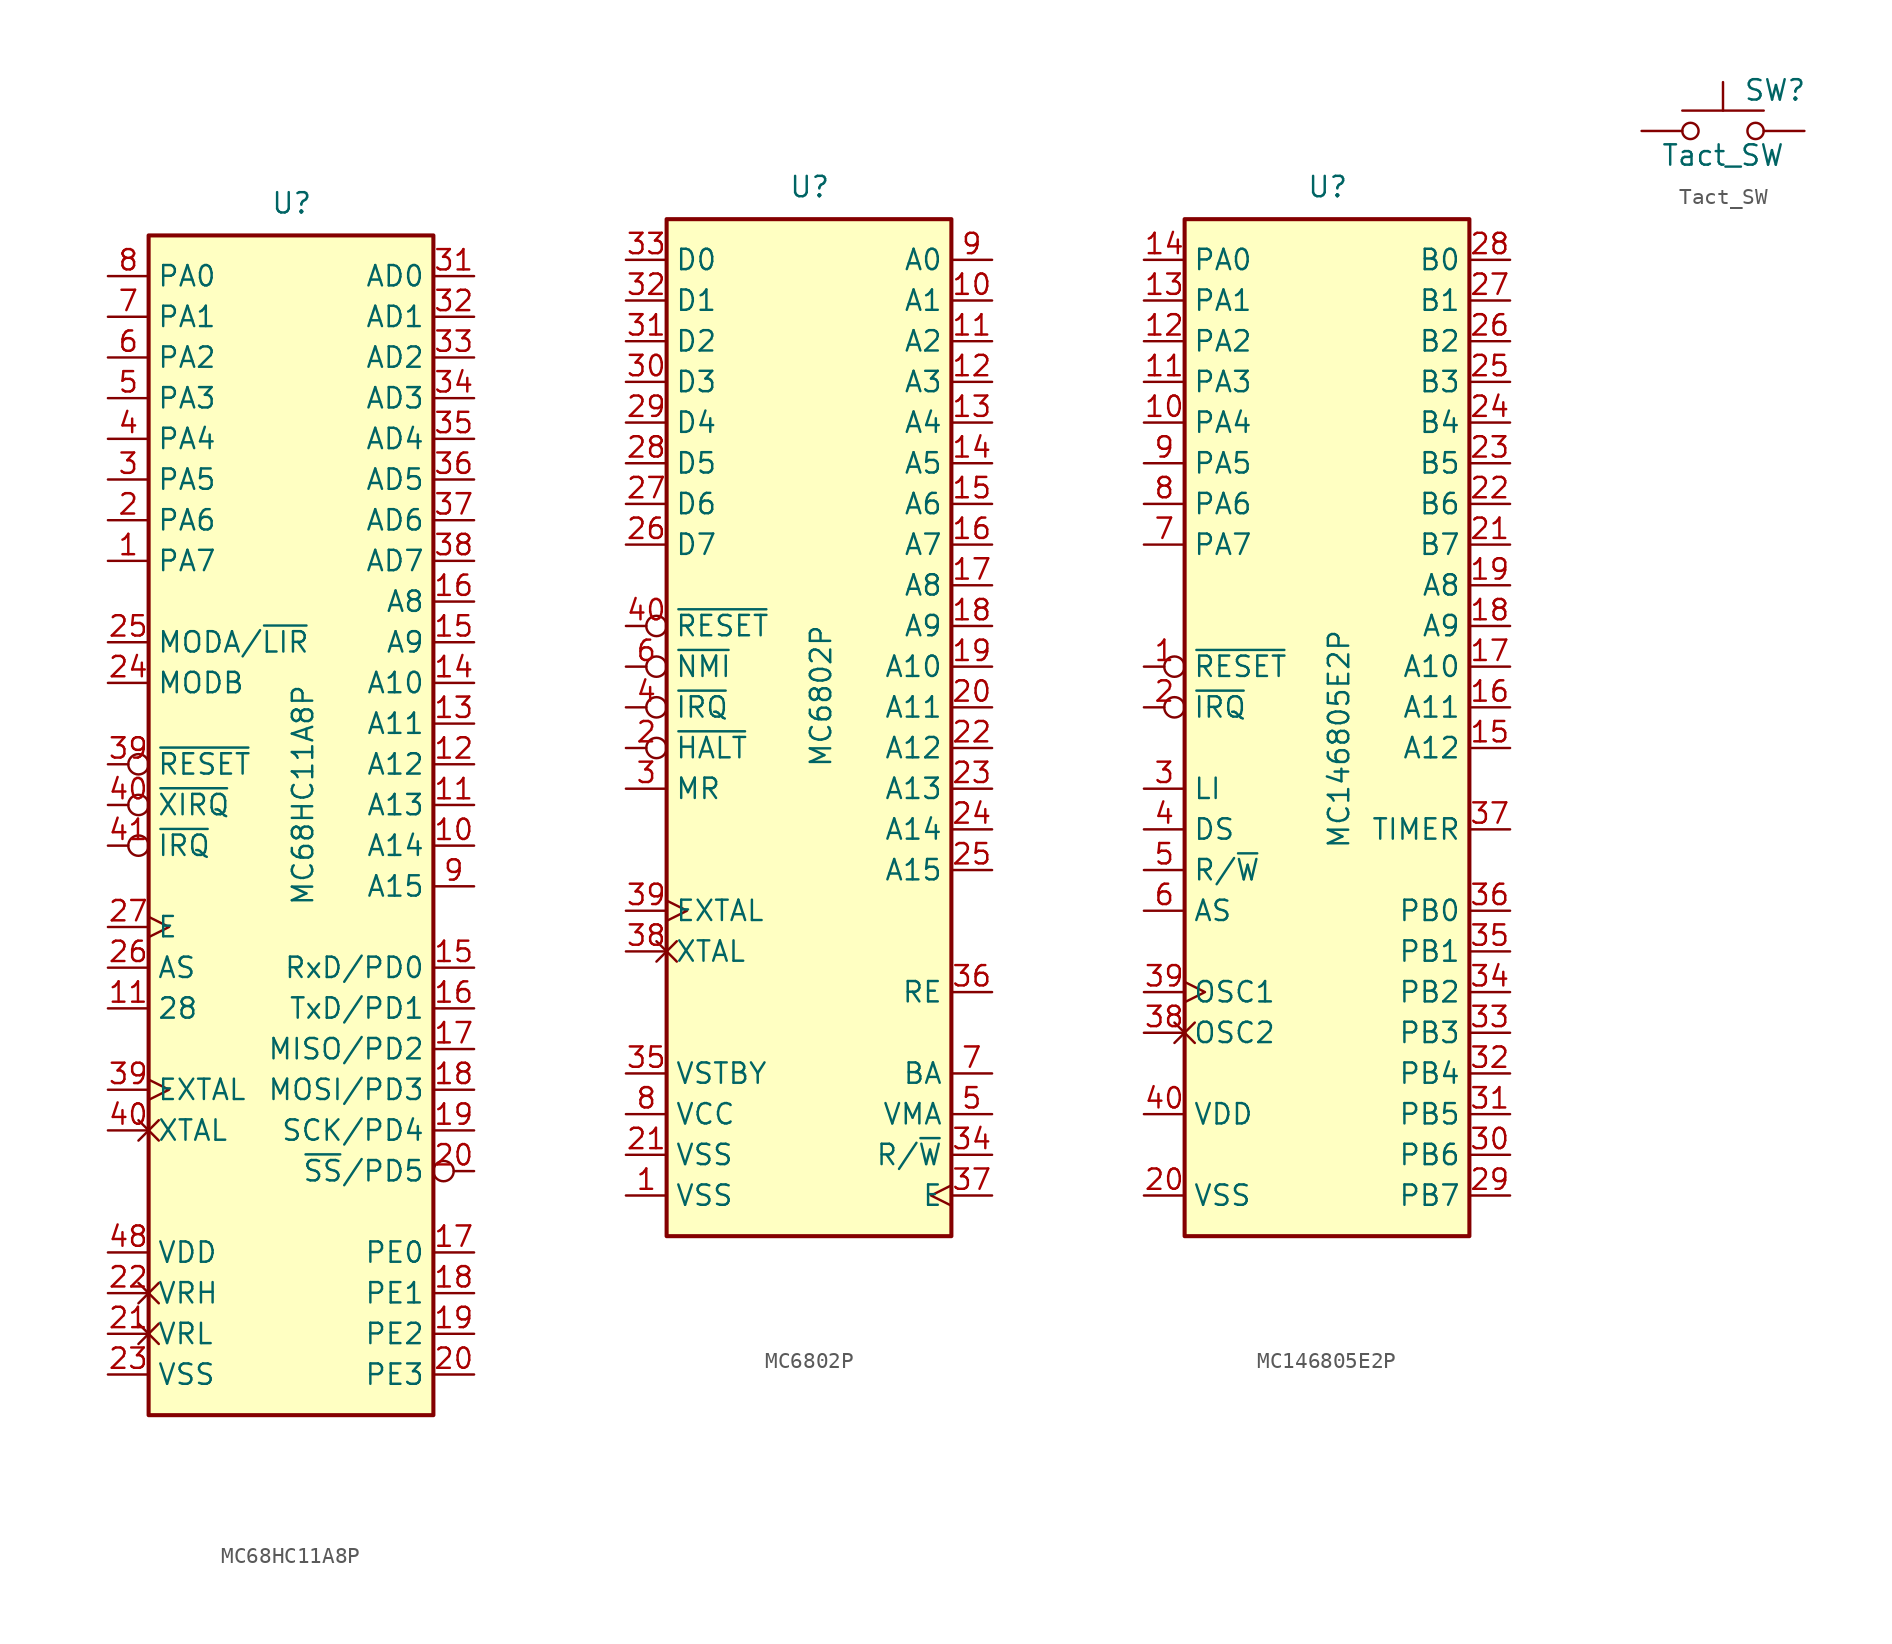
<source format=kicad_sym>
(kicad_symbol_lib
  (version 20211014)
  (generator kicad_symbol_editor)
  (symbol "MC68HC11A8P"
    (property "Reference" "U"
      (at -1.27 31.75 0)
      (effects (font (size 1.27 1.27)) (justify left bottom)))
    (property "Value" "MC68HC11A8P"
      (at 0 -11.43 90)
      (effects (font (size 1.27 1.27)) (justify left top)))
    (symbol "MC68HC11A8P_0_1"
      (rectangle (start -8.89 -43.18) (end 8.89 30.48) (stroke (width 0.254) (type default) (color 0 0 0 0)) (fill (type background))))
    (symbol "MC68HC11A8P_1_1"
      (pin bidirectional line (at -11.43 10.16 0) (length 2.54) (name "PA7" (effects (font (size 1.27 1.27)))) (number "1" (effects (font (size 1.27 1.27)))))
      (pin output line (at 11.43 -7.62 180) (length 2.54) (name "A14" (effects (font (size 1.27 1.27)))) (number "10" (effects (font (size 1.27 1.27)))))
      (pin output line (at -11.43 -17.78 0) (length 2.54) (name "28" (effects (font (size 1.27 1.27)))) (number "11" (effects (font (size 1.27 1.27)))))
      (pin output line (at 11.43 -5.08 180) (length 2.54) (name "A13" (effects (font (size 1.27 1.27)))) (number "11" (effects (font (size 1.27 1.27)))))
      (pin output line (at 11.43 -2.54 180) (length 2.54) (name "A12" (effects (font (size 1.27 1.27)))) (number "12" (effects (font (size 1.27 1.27)))))
      (pin output line (at 11.43 0 180) (length 2.54) (name "A11" (effects (font (size 1.27 1.27)))) (number "13" (effects (font (size 1.27 1.27)))))
      (pin output line (at 11.43 2.54 180) (length 2.54) (name "A10" (effects (font (size 1.27 1.27)))) (number "14" (effects (font (size 1.27 1.27)))))
      (pin output line (at 11.43 5.08 180) (length 2.54) (name "A9" (effects (font (size 1.27 1.27)))) (number "15" (effects (font (size 1.27 1.27)))))
      (pin input line (at 11.43 -15.24 180) (length 2.54) (name "RxD/PD0" (effects (font (size 1.27 1.27)))) (number "15" (effects (font (size 1.27 1.27)))))
      (pin output line (at 11.43 7.62 180) (length 2.54) (name "A8" (effects (font (size 1.27 1.27)))) (number "16" (effects (font (size 1.27 1.27)))))
      (pin output line (at 11.43 -17.78 180) (length 2.54) (name "TxD/PD1" (effects (font (size 1.27 1.27)))) (number "16" (effects (font (size 1.27 1.27)))))
      (pin input line (at 11.43 -20.32 180) (length 2.54) (name "MISO/PD2" (effects (font (size 1.27 1.27)))) (number "17" (effects (font (size 1.27 1.27)))))
      (pin bidirectional line (at 11.43 -33.02 180) (length 2.54) (name "PE0" (effects (font (size 1.27 1.27)))) (number "17" (effects (font (size 1.27 1.27)))))
      (pin output line (at 11.43 -22.86 180) (length 2.54) (name "MOSI/PD3" (effects (font (size 1.27 1.27)))) (number "18" (effects (font (size 1.27 1.27)))))
      (pin bidirectional line (at 11.43 -35.56 180) (length 2.54) (name "PE1" (effects (font (size 1.27 1.27)))) (number "18" (effects (font (size 1.27 1.27)))))
      (pin bidirectional line (at 11.43 -38.1 180) (length 2.54) (name "PE2" (effects (font (size 1.27 1.27)))) (number "19" (effects (font (size 1.27 1.27)))))
      (pin output line (at 11.43 -25.4 180) (length 2.54) (name "SCK/PD4" (effects (font (size 1.27 1.27)))) (number "19" (effects (font (size 1.27 1.27)))))
      (pin bidirectional line (at -11.43 12.7 0) (length 2.54) (name "PA6" (effects (font (size 1.27 1.27)))) (number "2" (effects (font (size 1.27 1.27)))))
      (pin bidirectional line (at 11.43 -40.64 180) (length 2.54) (name "PE3" (effects (font (size 1.27 1.27)))) (number "20" (effects (font (size 1.27 1.27)))))
      (pin output inverted (at 11.43 -27.94 180) (length 2.54) (name "~{SS}/PD5" (effects (font (size 1.27 1.27)))) (number "20" (effects (font (size 1.27 1.27)))))
      (pin passive non_logic (at -11.43 -38.1 0) (length 2.54) (name "VRL" (effects (font (size 1.27 1.27)))) (number "21" (effects (font (size 1.27 1.27)))))
      (pin passive non_logic (at -11.43 -35.56 0) (length 2.54) (name "VRH" (effects (font (size 1.27 1.27)))) (number "22" (effects (font (size 1.27 1.27)))))
      (pin power_in line (at -11.43 -40.64 0) (length 2.54) (name "VSS" (effects (font (size 1.27 1.27)))) (number "23" (effects (font (size 1.27 1.27)))))
      (pin input line (at -11.43 2.54 0) (length 2.54) (name "MODB" (effects (font (size 1.27 1.27)))) (number "24" (effects (font (size 1.27 1.27)))))
      (pin bidirectional line (at -11.43 5.08 0) (length 2.54) (name "MODA/~{LIR}" (effects (font (size 1.27 1.27)))) (number "25" (effects (font (size 1.27 1.27)))))
      (pin output line (at -11.43 -15.24 0) (length 2.54) (name "AS" (effects (font (size 1.27 1.27)))) (number "26" (effects (font (size 1.27 1.27)))))
      (pin output clock (at -11.43 -12.7 0) (length 2.54) (name "E" (effects (font (size 1.27 1.27)))) (number "27" (effects (font (size 1.27 1.27)))))
      (pin bidirectional line (at -11.43 15.24 0) (length 2.54) (name "PA5" (effects (font (size 1.27 1.27)))) (number "3" (effects (font (size 1.27 1.27)))))
      (pin bidirectional line (at 11.43 27.94 180) (length 2.54) (name "AD0" (effects (font (size 1.27 1.27)))) (number "31" (effects (font (size 1.27 1.27)))))
      (pin bidirectional line (at 11.43 25.4 180) (length 2.54) (name "AD1" (effects (font (size 1.27 1.27)))) (number "32" (effects (font (size 1.27 1.27)))))
      (pin bidirectional line (at 11.43 22.86 180) (length 2.54) (name "AD2" (effects (font (size 1.27 1.27)))) (number "33" (effects (font (size 1.27 1.27)))))
      (pin bidirectional line (at 11.43 20.32 180) (length 2.54) (name "AD3" (effects (font (size 1.27 1.27)))) (number "34" (effects (font (size 1.27 1.27)))))
      (pin bidirectional line (at 11.43 17.78 180) (length 2.54) (name "AD4" (effects (font (size 1.27 1.27)))) (number "35" (effects (font (size 1.27 1.27)))))
      (pin bidirectional line (at 11.43 15.24 180) (length 2.54) (name "AD5" (effects (font (size 1.27 1.27)))) (number "36" (effects (font (size 1.27 1.27)))))
      (pin bidirectional line (at 11.43 12.7 180) (length 2.54) (name "AD6" (effects (font (size 1.27 1.27)))) (number "37" (effects (font (size 1.27 1.27)))))
      (pin bidirectional line (at 11.43 10.16 180) (length 2.54) (name "AD7" (effects (font (size 1.27 1.27)))) (number "38" (effects (font (size 1.27 1.27)))))
      (pin input clock (at -11.43 -22.86 0) (length 2.54) (name "EXTAL" (effects (font (size 1.27 1.27)))) (number "39" (effects (font (size 1.27 1.27)))))
      (pin bidirectional inverted (at -11.43 -2.54 0) (length 2.54) (name "~{RESET}" (effects (font (size 1.27 1.27)))) (number "39" (effects (font (size 1.27 1.27)))))
      (pin bidirectional line (at -11.43 17.78 0) (length 2.54) (name "PA4" (effects (font (size 1.27 1.27)))) (number "4" (effects (font (size 1.27 1.27)))))
      (pin output non_logic (at -11.43 -25.4 0) (length 2.54) (name "XTAL" (effects (font (size 1.27 1.27)))) (number "40" (effects (font (size 1.27 1.27)))))
      (pin input inverted (at -11.43 -5.08 0) (length 2.54) (name "~{XIRQ}" (effects (font (size 1.27 1.27)))) (number "40" (effects (font (size 1.27 1.27)))))
      (pin input inverted (at -11.43 -7.62 0) (length 2.54) (name "~{IRQ}" (effects (font (size 1.27 1.27)))) (number "41" (effects (font (size 1.27 1.27)))))
      (pin power_in line (at -11.43 -33.02 0) (length 2.54) (name "VDD" (effects (font (size 1.27 1.27)))) (number "48" (effects (font (size 1.27 1.27)))))
      (pin bidirectional line (at -11.43 20.32 0) (length 2.54) (name "PA3" (effects (font (size 1.27 1.27)))) (number "5" (effects (font (size 1.27 1.27)))))
      (pin bidirectional line (at -11.43 22.86 0) (length 2.54) (name "PA2" (effects (font (size 1.27 1.27)))) (number "6" (effects (font (size 1.27 1.27)))))
      (pin bidirectional line (at -11.43 25.4 0) (length 2.54) (name "PA1" (effects (font (size 1.27 1.27)))) (number "7" (effects (font (size 1.27 1.27)))))
      (pin bidirectional line (at -11.43 27.94 0) (length 2.54) (name "PA0" (effects (font (size 1.27 1.27)))) (number "8" (effects (font (size 1.27 1.27)))))
      (pin output line (at 11.43 -10.16 180) (length 2.54) (name "A15" (effects (font (size 1.27 1.27)))) (number "9" (effects (font (size 1.27 1.27)))))))
  (symbol "MC6802P"
    (property "Reference" "U"
      (at -1.27 31.75 0)
      (effects (font (size 1.27 1.27)) (justify left bottom)))
    (property "Value" "MC6802P"
      (at 0 -3.81 90)
      (effects (font (size 1.27 1.27)) (justify left top)))
    (symbol "MC6802P_0_1"
      (rectangle (start -8.89 -33.02) (end 8.89 30.48) (stroke (width 0.254) (type default) (color 0 0 0 0)) (fill (type background))))
    (symbol "MC6802P_1_1"
      (pin power_in line (at -11.43 -30.48 0) (length 2.54) (name "VSS" (effects (font (size 1.27 1.27)))) (number "1" (effects (font (size 1.27 1.27)))))
      (pin output line (at 11.43 25.4 180) (length 2.54) (name "A1" (effects (font (size 1.27 1.27)))) (number "10" (effects (font (size 1.27 1.27)))))
      (pin output line (at 11.43 22.86 180) (length 2.54) (name "A2" (effects (font (size 1.27 1.27)))) (number "11" (effects (font (size 1.27 1.27)))))
      (pin output line (at 11.43 20.32 180) (length 2.54) (name "A3" (effects (font (size 1.27 1.27)))) (number "12" (effects (font (size 1.27 1.27)))))
      (pin output line (at 11.43 17.78 180) (length 2.54) (name "A4" (effects (font (size 1.27 1.27)))) (number "13" (effects (font (size 1.27 1.27)))))
      (pin output line (at 11.43 15.24 180) (length 2.54) (name "A5" (effects (font (size 1.27 1.27)))) (number "14" (effects (font (size 1.27 1.27)))))
      (pin output line (at 11.43 12.7 180) (length 2.54) (name "A6" (effects (font (size 1.27 1.27)))) (number "15" (effects (font (size 1.27 1.27)))))
      (pin output line (at 11.43 10.16 180) (length 2.54) (name "A7" (effects (font (size 1.27 1.27)))) (number "16" (effects (font (size 1.27 1.27)))))
      (pin output line (at 11.43 7.62 180) (length 2.54) (name "A8" (effects (font (size 1.27 1.27)))) (number "17" (effects (font (size 1.27 1.27)))))
      (pin output line (at 11.43 5.08 180) (length 2.54) (name "A9" (effects (font (size 1.27 1.27)))) (number "18" (effects (font (size 1.27 1.27)))))
      (pin output line (at 11.43 2.54 180) (length 2.54) (name "A10" (effects (font (size 1.27 1.27)))) (number "19" (effects (font (size 1.27 1.27)))))
      (pin input inverted (at -11.43 -2.54 0) (length 2.54) (name "~{HALT}" (effects (font (size 1.27 1.27)))) (number "2" (effects (font (size 1.27 1.27)))))
      (pin output line (at 11.43 0 180) (length 2.54) (name "A11" (effects (font (size 1.27 1.27)))) (number "20" (effects (font (size 1.27 1.27)))))
      (pin power_in line (at -11.43 -27.94 0) (length 2.54) (name "VSS" (effects (font (size 1.27 1.27)))) (number "21" (effects (font (size 1.27 1.27)))))
      (pin output line (at 11.43 -2.54 180) (length 2.54) (name "A12" (effects (font (size 1.27 1.27)))) (number "22" (effects (font (size 1.27 1.27)))))
      (pin output line (at 11.43 -5.08 180) (length 2.54) (name "A13" (effects (font (size 1.27 1.27)))) (number "23" (effects (font (size 1.27 1.27)))))
      (pin output line (at 11.43 -7.62 180) (length 2.54) (name "A14" (effects (font (size 1.27 1.27)))) (number "24" (effects (font (size 1.27 1.27)))))
      (pin output line (at 11.43 -10.16 180) (length 2.54) (name "A15" (effects (font (size 1.27 1.27)))) (number "25" (effects (font (size 1.27 1.27)))))
      (pin bidirectional line (at -11.43 10.16 0) (length 2.54) (name "D7" (effects (font (size 1.27 1.27)))) (number "26" (effects (font (size 1.27 1.27)))))
      (pin bidirectional line (at -11.43 12.7 0) (length 2.54) (name "D6" (effects (font (size 1.27 1.27)))) (number "27" (effects (font (size 1.27 1.27)))))
      (pin bidirectional line (at -11.43 15.24 0) (length 2.54) (name "D5" (effects (font (size 1.27 1.27)))) (number "28" (effects (font (size 1.27 1.27)))))
      (pin bidirectional line (at -11.43 17.78 0) (length 2.54) (name "D4" (effects (font (size 1.27 1.27)))) (number "29" (effects (font (size 1.27 1.27)))))
      (pin input line (at -11.43 -5.08 0) (length 2.54) (name "MR" (effects (font (size 1.27 1.27)))) (number "3" (effects (font (size 1.27 1.27)))))
      (pin bidirectional line (at -11.43 20.32 0) (length 2.54) (name "D3" (effects (font (size 1.27 1.27)))) (number "30" (effects (font (size 1.27 1.27)))))
      (pin bidirectional line (at -11.43 22.86 0) (length 2.54) (name "D2" (effects (font (size 1.27 1.27)))) (number "31" (effects (font (size 1.27 1.27)))))
      (pin bidirectional line (at -11.43 25.4 0) (length 2.54) (name "D1" (effects (font (size 1.27 1.27)))) (number "32" (effects (font (size 1.27 1.27)))))
      (pin bidirectional line (at -11.43 27.94 0) (length 2.54) (name "D0" (effects (font (size 1.27 1.27)))) (number "33" (effects (font (size 1.27 1.27)))))
      (pin output line (at 11.43 -27.94 180) (length 2.54) (name "R/~{W}" (effects (font (size 1.27 1.27)))) (number "34" (effects (font (size 1.27 1.27)))))
      (pin power_in line (at -11.43 -22.86 0) (length 2.54) (name "VSTBY" (effects (font (size 1.27 1.27)))) (number "35" (effects (font (size 1.27 1.27)))))
      (pin input line (at 11.43 -17.78 180) (length 2.54) (name "RE" (effects (font (size 1.27 1.27)))) (number "36" (effects (font (size 1.27 1.27)))))
      (pin output clock (at 11.43 -30.48 180) (length 2.54) (name "E" (effects (font (size 1.27 1.27)))) (number "37" (effects (font (size 1.27 1.27)))))
      (pin passive non_logic (at -11.43 -15.24 0) (length 2.54) (name "XTAL" (effects (font (size 1.27 1.27)))) (number "38" (effects (font (size 1.27 1.27)))))
      (pin input clock (at -11.43 -12.7 0) (length 2.54) (name "EXTAL" (effects (font (size 1.27 1.27)))) (number "39" (effects (font (size 1.27 1.27)))))
      (pin input inverted (at -11.43 0 0) (length 2.54) (name "~{IRQ}" (effects (font (size 1.27 1.27)))) (number "4" (effects (font (size 1.27 1.27)))))
      (pin input inverted (at -11.43 5.08 0) (length 2.54) (name "~{RESET}" (effects (font (size 1.27 1.27)))) (number "40" (effects (font (size 1.27 1.27)))))
      (pin output line (at 11.43 -25.4 180) (length 2.54) (name "VMA" (effects (font (size 1.27 1.27)))) (number "5" (effects (font (size 1.27 1.27)))))
      (pin input inverted (at -11.43 2.54 0) (length 2.54) (name "~{NMI}" (effects (font (size 1.27 1.27)))) (number "6" (effects (font (size 1.27 1.27)))))
      (pin output line (at 11.43 -22.86 180) (length 2.54) (name "BA" (effects (font (size 1.27 1.27)))) (number "7" (effects (font (size 1.27 1.27)))))
      (pin power_in line (at -11.43 -25.4 0) (length 2.54) (name "VCC" (effects (font (size 1.27 1.27)))) (number "8" (effects (font (size 1.27 1.27)))))
      (pin output line (at 11.43 27.94 180) (length 2.54) (name "A0" (effects (font (size 1.27 1.27)))) (number "9" (effects (font (size 1.27 1.27)))))))
  (symbol "MC146805E2P"
    (property "Reference" "U"
      (at -1.27 31.75 0)
      (effects (font (size 1.27 1.27)) (justify left bottom)))
    (property "Value" "MC146805E2P"
      (at 0 -8.89 90)
      (effects (font (size 1.27 1.27)) (justify left top)))
    (symbol "MC146805E2P_0_1"
      (rectangle (start -8.89 -33.02) (end 8.89 30.48) (stroke (width 0.254) (type default) (color 0 0 0 0)) (fill (type background))))
    (symbol "MC146805E2P_1_1"
      (pin input inverted (at -11.43 2.54 0) (length 2.54) (name "~{RESET}" (effects (font (size 1.27 1.27)))) (number "1" (effects (font (size 1.27 1.27)))))
      (pin bidirectional line (at -11.43 17.78 0) (length 2.54) (name "PA4" (effects (font (size 1.27 1.27)))) (number "10" (effects (font (size 1.27 1.27)))))
      (pin bidirectional line (at -11.43 20.32 0) (length 2.54) (name "PA3" (effects (font (size 1.27 1.27)))) (number "11" (effects (font (size 1.27 1.27)))))
      (pin bidirectional line (at -11.43 22.86 0) (length 2.54) (name "PA2" (effects (font (size 1.27 1.27)))) (number "12" (effects (font (size 1.27 1.27)))))
      (pin bidirectional line (at -11.43 25.4 0) (length 2.54) (name "PA1" (effects (font (size 1.27 1.27)))) (number "13" (effects (font (size 1.27 1.27)))))
      (pin bidirectional line (at -11.43 27.94 0) (length 2.54) (name "PA0" (effects (font (size 1.27 1.27)))) (number "14" (effects (font (size 1.27 1.27)))))
      (pin output line (at 11.43 -2.54 180) (length 2.54) (name "A12" (effects (font (size 1.27 1.27)))) (number "15" (effects (font (size 1.27 1.27)))))
      (pin output line (at 11.43 0 180) (length 2.54) (name "A11" (effects (font (size 1.27 1.27)))) (number "16" (effects (font (size 1.27 1.27)))))
      (pin output line (at 11.43 2.54 180) (length 2.54) (name "A10" (effects (font (size 1.27 1.27)))) (number "17" (effects (font (size 1.27 1.27)))))
      (pin output line (at 11.43 5.08 180) (length 2.54) (name "A9" (effects (font (size 1.27 1.27)))) (number "18" (effects (font (size 1.27 1.27)))))
      (pin output line (at 11.43 7.62 180) (length 2.54) (name "A8" (effects (font (size 1.27 1.27)))) (number "19" (effects (font (size 1.27 1.27)))))
      (pin input inverted (at -11.43 0 0) (length 2.54) (name "~{IRQ}" (effects (font (size 1.27 1.27)))) (number "2" (effects (font (size 1.27 1.27)))))
      (pin power_in line (at -11.43 -30.48 0) (length 2.54) (name "VSS" (effects (font (size 1.27 1.27)))) (number "20" (effects (font (size 1.27 1.27)))))
      (pin bidirectional line (at 11.43 10.16 180) (length 2.54) (name "B7" (effects (font (size 1.27 1.27)))) (number "21" (effects (font (size 1.27 1.27)))))
      (pin bidirectional line (at 11.43 12.7 180) (length 2.54) (name "B6" (effects (font (size 1.27 1.27)))) (number "22" (effects (font (size 1.27 1.27)))))
      (pin bidirectional line (at 11.43 15.24 180) (length 2.54) (name "B5" (effects (font (size 1.27 1.27)))) (number "23" (effects (font (size 1.27 1.27)))))
      (pin bidirectional line (at 11.43 17.78 180) (length 2.54) (name "B4" (effects (font (size 1.27 1.27)))) (number "24" (effects (font (size 1.27 1.27)))))
      (pin bidirectional line (at 11.43 20.32 180) (length 2.54) (name "B3" (effects (font (size 1.27 1.27)))) (number "25" (effects (font (size 1.27 1.27)))))
      (pin bidirectional line (at 11.43 22.86 180) (length 2.54) (name "B2" (effects (font (size 1.27 1.27)))) (number "26" (effects (font (size 1.27 1.27)))))
      (pin bidirectional line (at 11.43 25.4 180) (length 2.54) (name "B1" (effects (font (size 1.27 1.27)))) (number "27" (effects (font (size 1.27 1.27)))))
      (pin bidirectional line (at 11.43 27.94 180) (length 2.54) (name "B0" (effects (font (size 1.27 1.27)))) (number "28" (effects (font (size 1.27 1.27)))))
      (pin bidirectional line (at 11.43 -30.48 180) (length 2.54) (name "PB7" (effects (font (size 1.27 1.27)))) (number "29" (effects (font (size 1.27 1.27)))))
      (pin output line (at -11.43 -5.08 0) (length 2.54) (name "LI" (effects (font (size 1.27 1.27)))) (number "3" (effects (font (size 1.27 1.27)))))
      (pin bidirectional line (at 11.43 -27.94 180) (length 2.54) (name "PB6" (effects (font (size 1.27 1.27)))) (number "30" (effects (font (size 1.27 1.27)))))
      (pin bidirectional line (at 11.43 -25.4 180) (length 2.54) (name "PB5" (effects (font (size 1.27 1.27)))) (number "31" (effects (font (size 1.27 1.27)))))
      (pin bidirectional line (at 11.43 -22.86 180) (length 2.54) (name "PB4" (effects (font (size 1.27 1.27)))) (number "32" (effects (font (size 1.27 1.27)))))
      (pin bidirectional line (at 11.43 -20.32 180) (length 2.54) (name "PB3" (effects (font (size 1.27 1.27)))) (number "33" (effects (font (size 1.27 1.27)))))
      (pin bidirectional line (at 11.43 -17.78 180) (length 2.54) (name "PB2" (effects (font (size 1.27 1.27)))) (number "34" (effects (font (size 1.27 1.27)))))
      (pin bidirectional line (at 11.43 -15.24 180) (length 2.54) (name "PB1" (effects (font (size 1.27 1.27)))) (number "35" (effects (font (size 1.27 1.27)))))
      (pin bidirectional line (at 11.43 -12.7 180) (length 2.54) (name "PB0" (effects (font (size 1.27 1.27)))) (number "36" (effects (font (size 1.27 1.27)))))
      (pin input line (at 11.43 -7.62 180) (length 2.54) (name "TIMER" (effects (font (size 1.27 1.27)))) (number "37" (effects (font (size 1.27 1.27)))))
      (pin output non_logic (at -11.43 -20.32 0) (length 2.54) (name "OSC2" (effects (font (size 1.27 1.27)))) (number "38" (effects (font (size 1.27 1.27)))))
      (pin input clock (at -11.43 -17.78 0) (length 2.54) (name "OSC1" (effects (font (size 1.27 1.27)))) (number "39" (effects (font (size 1.27 1.27)))))
      (pin output line (at -11.43 -7.62 0) (length 2.54) (name "DS" (effects (font (size 1.27 1.27)))) (number "4" (effects (font (size 1.27 1.27)))))
      (pin power_in line (at -11.43 -25.4 0) (length 2.54) (name "VDD" (effects (font (size 1.27 1.27)))) (number "40" (effects (font (size 1.27 1.27)))))
      (pin output line (at -11.43 -10.16 0) (length 2.54) (name "R/~{W}" (effects (font (size 1.27 1.27)))) (number "5" (effects (font (size 1.27 1.27)))))
      (pin output line (at -11.43 -12.7 0) (length 2.54) (name "AS" (effects (font (size 1.27 1.27)))) (number "6" (effects (font (size 1.27 1.27)))))
      (pin bidirectional line (at -11.43 10.16 0) (length 2.54) (name "PA7" (effects (font (size 1.27 1.27)))) (number "7" (effects (font (size 1.27 1.27)))))
      (pin bidirectional line (at -11.43 12.7 0) (length 2.54) (name "PA6" (effects (font (size 1.27 1.27)))) (number "8" (effects (font (size 1.27 1.27)))))
      (pin bidirectional line (at -11.43 15.24 0) (length 2.54) (name "PA5" (effects (font (size 1.27 1.27)))) (number "9" (effects (font (size 1.27 1.27)))))))
  (symbol "Tact_SW"
    (pin_numbers hide)
    (pin_names
      (offset 1.016) hide)
    (property "Reference" "SW"
      (at 1.27 2.54 0)
      (effects (font (size 1.27 1.27)) (justify left)))
    (property "Value" "Tact_SW"
      (at 0 -1.524 0)
      (effects (font (size 1.27 1.27))))
    (symbol "Tact_SW_0_1"
      (circle (center -2.032 0) (radius 0.508) (stroke (width 0) (type default) (color 0 0 0 0)) (fill (type none)))
      (polyline (pts (xy 0 1.27) (xy 0 3.048)) (stroke (width 0) (type default) (color 0 0 0 0)) (fill (type none)))
      (polyline (pts (xy 2.54 1.27) (xy -2.54 1.27)) (stroke (width 0) (type default) (color 0 0 0 0)) (fill (type none)))
      (circle (center 2.032 0) (radius 0.508) (stroke (width 0) (type default) (color 0 0 0 0)) (fill (type none)))
      (pin passive line (at -5.08 0 0) (length 2.54) (name "1" (effects (font (size 1.27 1.27)))) (number "1" (effects (font (size 1.27 1.27)))))
      (pin passive line (at 5.08 0 180) (length 2.54) (name "2" (effects (font (size 1.27 1.27)))) (number "2" (effects (font (size 1.27 1.27))))))))
</source>
